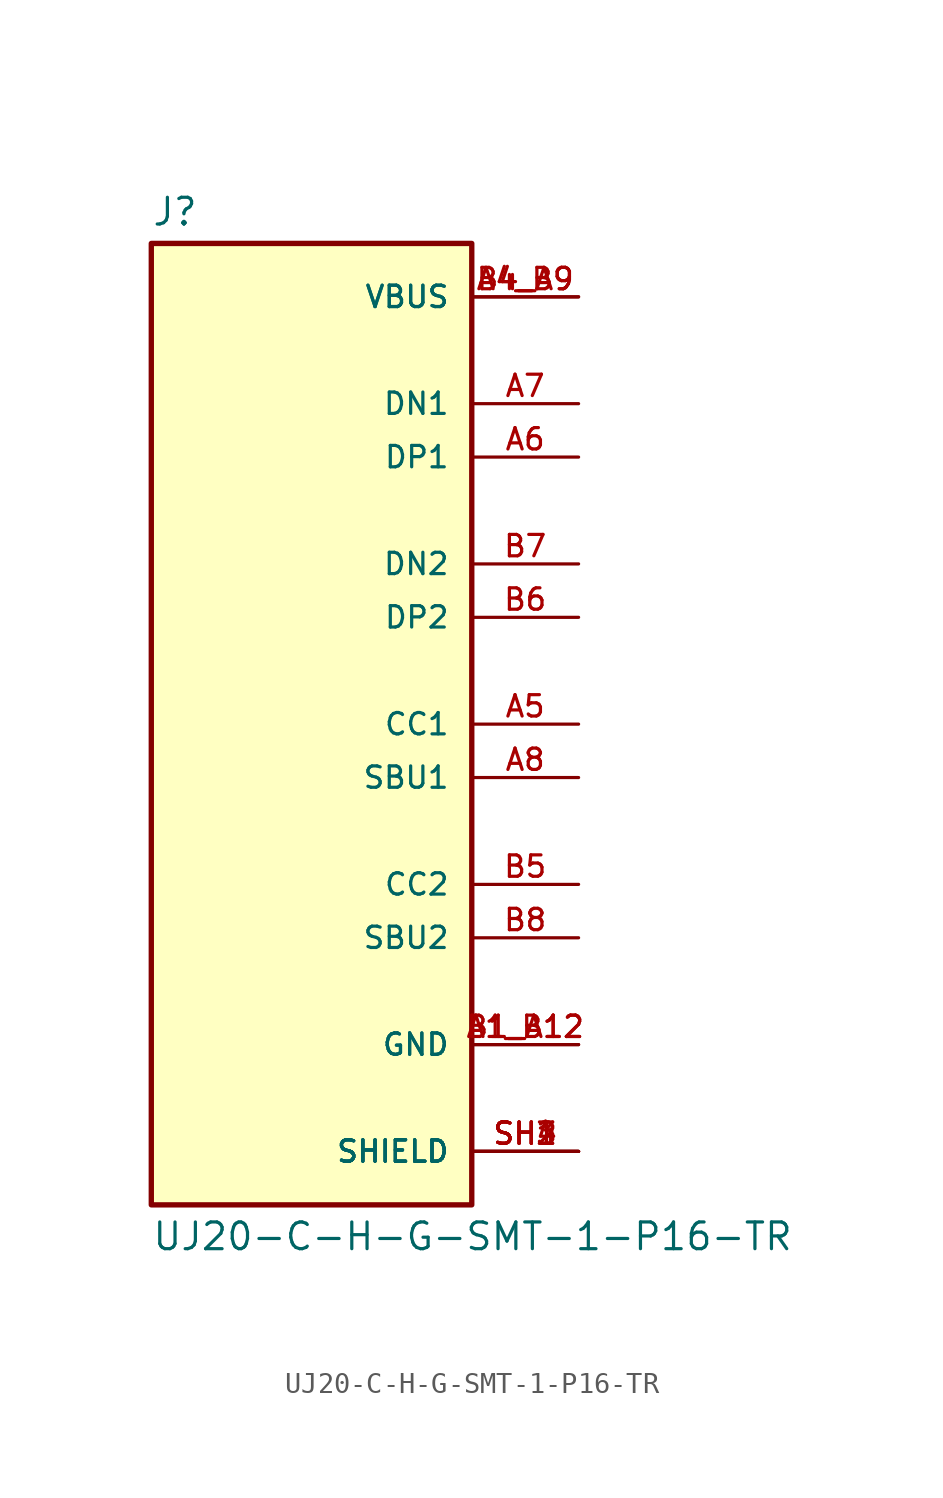
<source format=kicad_sym>
(kicad_symbol_lib
  (version 20211014)
  (generator kicad_symbol_editor)
  (symbol "UJ20-C-H-G-SMT-1-P16-TR"
    (pin_names
      (offset 1.016))
    (property "Reference" "J"
      (at -7.62 23.622 0)
      (effects (font (size 1.27 1.27)) (justify bottom left)))
    (property "Value" "UJ20-C-H-G-SMT-1-P16-TR"
      (at -7.62 -23.622 0)
      (effects (font (size 1.27 1.27)) (justify top left)))
    (symbol "UJ20-C-H-G-SMT-1-P16-TR_0_0"
      (rectangle (start -7.62 -22.86) (end 7.62 22.86) (stroke (width 0.254)) (fill (type background)))
      (pin passive line (at 12.7 20.32 180.0) (length 5.08) (name "VBUS" (effects (font (size 1.016 1.016)))) (number "A4_B9" (effects (font (size 1.016 1.016)))))
      (pin passive line (at 12.7 20.32 180.0) (length 5.08) (name "VBUS" (effects (font (size 1.016 1.016)))) (number "B4_A9" (effects (font (size 1.016 1.016)))))
      (pin passive line (at 12.7 -20.32 180.0) (length 5.08) (name "SHIELD" (effects (font (size 1.016 1.016)))) (number "SH1" (effects (font (size 1.016 1.016)))))
      (pin passive line (at 12.7 -20.32 180.0) (length 5.08) (name "SHIELD" (effects (font (size 1.016 1.016)))) (number "SH2" (effects (font (size 1.016 1.016)))))
      (pin passive line (at 12.7 -20.32 180.0) (length 5.08) (name "SHIELD" (effects (font (size 1.016 1.016)))) (number "SH3" (effects (font (size 1.016 1.016)))))
      (pin passive line (at 12.7 -20.32 180.0) (length 5.08) (name "SHIELD" (effects (font (size 1.016 1.016)))) (number "SH4" (effects (font (size 1.016 1.016)))))
      (pin passive line (at 12.7 15.24 180.0) (length 5.08) (name "DN1" (effects (font (size 1.016 1.016)))) (number "A7" (effects (font (size 1.016 1.016)))))
      (pin passive line (at 12.7 12.7 180.0) (length 5.08) (name "DP1" (effects (font (size 1.016 1.016)))) (number "A6" (effects (font (size 1.016 1.016)))))
      (pin passive line (at 12.7 7.62 180.0) (length 5.08) (name "DN2" (effects (font (size 1.016 1.016)))) (number "B7" (effects (font (size 1.016 1.016)))))
      (pin passive line (at 12.7 5.08 180.0) (length 5.08) (name "DP2" (effects (font (size 1.016 1.016)))) (number "B6" (effects (font (size 1.016 1.016)))))
      (pin passive line (at 12.7 -15.24 180.0) (length 5.08) (name "GND" (effects (font (size 1.016 1.016)))) (number "A1_B12" (effects (font (size 1.016 1.016)))))
      (pin passive line (at 12.7 -15.24 180.0) (length 5.08) (name "GND" (effects (font (size 1.016 1.016)))) (number "B1_A12" (effects (font (size 1.016 1.016)))))
      (pin passive line (at 12.7 0.0 180.0) (length 5.08) (name "CC1" (effects (font (size 1.016 1.016)))) (number "A5" (effects (font (size 1.016 1.016)))))
      (pin passive line (at 12.7 -2.54 180.0) (length 5.08) (name "SBU1" (effects (font (size 1.016 1.016)))) (number "A8" (effects (font (size 1.016 1.016)))))
      (pin passive line (at 12.7 -7.62 180.0) (length 5.08) (name "CC2" (effects (font (size 1.016 1.016)))) (number "B5" (effects (font (size 1.016 1.016)))))
      (pin passive line (at 12.7 -10.16 180.0) (length 5.08) (name "SBU2" (effects (font (size 1.016 1.016)))) (number "B8" (effects (font (size 1.016 1.016))))))))
</source>
